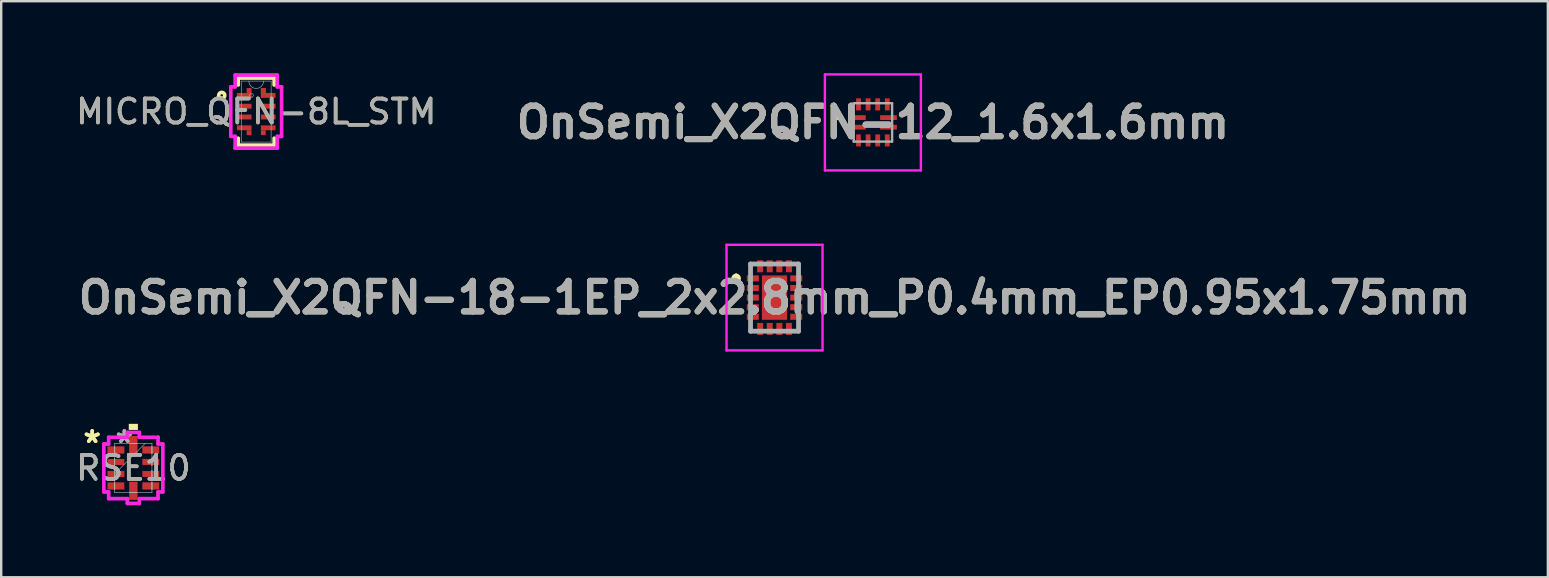
<source format=kicad_pcb>
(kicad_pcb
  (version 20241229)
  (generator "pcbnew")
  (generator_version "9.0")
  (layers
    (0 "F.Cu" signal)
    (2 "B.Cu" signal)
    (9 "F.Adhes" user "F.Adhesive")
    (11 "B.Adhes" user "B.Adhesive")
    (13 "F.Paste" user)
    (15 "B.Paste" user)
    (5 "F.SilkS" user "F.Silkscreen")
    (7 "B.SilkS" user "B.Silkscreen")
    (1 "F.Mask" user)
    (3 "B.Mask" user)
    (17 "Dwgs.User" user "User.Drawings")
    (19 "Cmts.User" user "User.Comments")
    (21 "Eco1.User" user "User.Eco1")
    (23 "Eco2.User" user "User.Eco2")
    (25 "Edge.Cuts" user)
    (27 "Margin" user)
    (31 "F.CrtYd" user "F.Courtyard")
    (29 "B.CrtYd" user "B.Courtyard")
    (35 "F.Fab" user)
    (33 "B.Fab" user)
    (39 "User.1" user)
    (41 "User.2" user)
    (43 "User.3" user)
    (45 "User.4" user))
  (footprint "OnSemi_X2QFN-18-1EP_2x2.8mm_P0.4mm_EP0.95x1.75mm"
    (layer "F.Cu")
    (at 29.222 9.35)
    (property "Reference" "OnSemi_X2QFN-18-1EP_2x2.8mm_P0.4mm_EP0.95x1.75mm" (at 0 0 0) (layer "F.SilkS") (effects (font (size 1.27 1.27) (thickness 0.254))))
    (attr smd)
    (fp_line (start -1.6 -0.9) (end -1.6 -0.9) (stroke (width 0.2) (type solid)) (layer "F.SilkS"))
    (fp_line (start -1.6 -0.7) (end -1.6 -0.7) (stroke (width 0.2) (type solid)) (layer "F.SilkS"))
    (fp_arc (start -1.6 -0.9) (mid -1.5 -0.8) (end -1.6 -0.7) (stroke (width 0.2) (type solid)) (layer "F.SilkS"))
    (fp_arc (start -1.6 -0.7) (mid -1.7 -0.8) (end -1.6 -0.9) (stroke (width 0.2) (type solid)) (layer "F.SilkS"))
    (fp_line (start -2 -2.2) (end 2 -2.2) (stroke (width 0.1) (type solid)) (layer "F.CrtYd"))
    (fp_line (start -2 2.2) (end -2 -2.2) (stroke (width 0.1) (type solid)) (layer "F.CrtYd"))
    (fp_line (start 2 -2.2) (end 2 2.2) (stroke (width 0.1) (type solid)) (layer "F.CrtYd"))
    (fp_line (start 2 2.2) (end -2 2.2) (stroke (width 0.1) (type solid)) (layer "F.CrtYd"))
    (fp_line (start -1 -1.4) (end 1 -1.4) (stroke (width 0.2) (type solid)) (layer "F.Fab"))
    (fp_line (start -1 1.4) (end -1 -1.4) (stroke (width 0.2) (type solid)) (layer "F.Fab"))
    (fp_line (start 1 -1.4) (end 1 1.4) (stroke (width 0.2) (type solid)) (layer "F.Fab"))
    (fp_line (start 1 1.4) (end -1 1.4) (stroke (width 0.2) (type solid)) (layer "F.Fab"))
    (fp_text user "${REFERENCE}" (at 0 0 0) (layer "F.Fab") (effects (font (size 1.27 1.27) (thickness 0.254))))
    (pad "1" smd rect (at -0.905 -0.8 90) (size 0.25 0.5) (layers "F.Cu" "F.Mask" "F.Paste"))
    (pad "2" smd rect (at -0.905 -0.4 90) (size 0.25 0.5) (layers "F.Cu" "F.Mask" "F.Paste"))
    (pad "3" smd rect (at -0.905 0 90) (size 0.25 0.5) (layers "F.Cu" "F.Mask" "F.Paste"))
    (pad "4" smd rect (at -0.905 0.4 90) (size 0.25 0.5) (layers "F.Cu" "F.Mask" "F.Paste"))
    (pad "5" smd rect (at -0.905 0.8 90) (size 0.25 0.5) (layers "F.Cu" "F.Mask" "F.Paste"))
    (pad "6" smd rect (at -0.6 1.305) (size 0.25 0.5) (layers "F.Cu" "F.Mask" "F.Paste"))
    (pad "7" smd rect (at -0.2 1.305) (size 0.25 0.5) (layers "F.Cu" "F.Mask" "F.Paste"))
    (pad "8" smd rect (at 0.2 1.305) (size 0.25 0.5) (layers "F.Cu" "F.Mask" "F.Paste"))
    (pad "9" smd rect (at 0.6 1.305) (size 0.25 0.5) (layers "F.Cu" "F.Mask" "F.Paste"))
    (pad "10" smd rect (at 0.905 0.8 90) (size 0.25 0.5) (layers "F.Cu" "F.Mask" "F.Paste"))
    (pad "11" smd rect (at 0.905 0.4 90) (size 0.25 0.5) (layers "F.Cu" "F.Mask" "F.Paste"))
    (pad "12" smd rect (at 0.905 0 90) (size 0.25 0.5) (layers "F.Cu" "F.Mask" "F.Paste"))
    (pad "13" smd rect (at 0.905 -0.4 90) (size 0.25 0.5) (layers "F.Cu" "F.Mask" "F.Paste"))
    (pad "14" smd rect (at 0.905 -0.8 90) (size 0.25 0.5) (layers "F.Cu" "F.Mask" "F.Paste"))
    (pad "15" smd rect (at 0.6 -1.305) (size 0.25 0.5) (layers "F.Cu" "F.Mask" "F.Paste"))
    (pad "16" smd rect (at 0.2 -1.305) (size 0.25 0.5) (layers "F.Cu" "F.Mask" "F.Paste"))
    (pad "17" smd rect (at -0.2 -1.305) (size 0.25 0.5) (layers "F.Cu" "F.Mask" "F.Paste"))
    (pad "18" smd rect (at -0.6 -1.305) (size 0.25 0.5) (layers "F.Cu" "F.Mask" "F.Paste"))
    (pad "19" smd rect (at 0 0) (size 1.05 1.85) (layers "F.Cu" "F.Mask" "F.Paste")))
  (footprint "MICRO_QFN-8L_STM"
    (layer "F.Cu")
    (at 7.625 1.6)
    (property "Reference" "MICRO_QFN-8L_STM" (at 0 0 0) (unlocked yes) (layer "F.SilkS") (effects (font (size 1 1) (thickness 0.15))))
    (attr smd)
    (fp_poly (pts (xy -0.398 -0.98) (xy -0.195 -0.98) (xy -0.195 -0.777) (xy -0.398 -0.777)) (stroke (width 0) (type solid)) (fill yes) (layer "F.Cu"))
    (fp_poly (pts (xy -0.195 0.777) (xy -0.195 0.98) (xy -0.398 0.98) (xy -0.398 0.777)) (stroke (width 0) (type solid)) (fill yes) (layer "F.Cu"))
    (fp_poly (pts (xy 0.195 0.777) (xy 0.398 0.777) (xy 0.398 0.98) (xy 0.195 0.98)) (stroke (width 0) (type solid)) (fill yes) (layer "F.Cu"))
    (fp_poly (pts (xy 0.398 -0.98) (xy 0.398 -0.777) (xy 0.195 -0.777) (xy 0.195 -0.98)) (stroke (width 0) (type solid)) (fill yes) (layer "F.Cu"))
    (fp_poly (pts (xy 0.398 -0.98) (xy 0.398 -0.777) (xy 0.195 -0.777) (xy 0.195 -0.98)) (stroke (width 0) (type solid)) (fill yes) (layer "F.Cu"))
    (fp_poly (pts (xy -0.398 -0.98) (xy -0.195 -0.98) (xy -0.195 -0.777) (xy -0.398 -0.777)) (stroke (width 0) (type solid)) (fill yes) (layer "F.Mask"))
    (fp_poly (pts (xy -0.398 -0.98) (xy -0.195 -0.98) (xy -0.195 -0.777) (xy -0.398 -0.777)) (stroke (width 0) (type solid)) (fill yes) (layer "F.Mask"))
    (fp_poly (pts (xy -0.195 0.777) (xy -0.195 0.98) (xy -0.398 0.98) (xy -0.398 0.777)) (stroke (width 0) (type solid)) (fill yes) (layer "F.Mask"))
    (fp_poly (pts (xy -0.195 0.777) (xy -0.195 0.98) (xy -0.398 0.98) (xy -0.398 0.777)) (stroke (width 0) (type solid)) (fill yes) (layer "F.Mask"))
    (fp_poly (pts (xy 0.195 0.777) (xy 0.398 0.777) (xy 0.398 0.98) (xy 0.195 0.98)) (stroke (width 0) (type solid)) (fill yes) (layer "F.Mask"))
    (fp_poly (pts (xy 0.195 0.777) (xy 0.398 0.777) (xy 0.398 0.98) (xy 0.195 0.98)) (stroke (width 0) (type solid)) (fill yes) (layer "F.Mask"))
    (fp_poly (pts (xy 0.398 -0.98) (xy 0.398 -0.777) (xy 0.195 -0.777) (xy 0.195 -0.98)) (stroke (width 0) (type solid)) (fill yes) (layer "F.Mask"))
    (fp_poly (pts (xy 0.398 -0.98) (xy 0.398 -0.777) (xy 0.195 -0.777) (xy 0.195 -0.98)) (stroke (width 0) (type solid)) (fill yes) (layer "F.Mask"))
    (fp_line (start -0.749 -1.397) (end -0.749 -1.109) (stroke (width 0.152) (type solid)) (layer "F.SilkS"))
    (fp_line (start -0.749 1.109) (end -0.749 1.397) (stroke (width 0.152) (type solid)) (layer "F.SilkS"))
    (fp_line (start -0.749 1.397) (end 0.749 1.397) (stroke (width 0.152) (type solid)) (layer "F.SilkS"))
    (fp_line (start 0.749 -1.397) (end -0.749 -1.397) (stroke (width 0.152) (type solid)) (layer "F.SilkS"))
    (fp_line (start 0.749 -1.109) (end 0.749 -1.397) (stroke (width 0.152) (type solid)) (layer "F.SilkS"))
    (fp_line (start 0.749 1.397) (end 0.749 1.109) (stroke (width 0.152) (type solid)) (layer "F.SilkS"))
    (fp_circle (center -1.436 -0.675) (end -1.309 -0.675) (stroke (width 0.152) (type solid)) (fill no) (layer "F.SilkS"))
    (fp_poly (pts (xy -0.398 -0.98) (xy -0.195 -0.98) (xy -0.195 -0.777) (xy -0.398 -0.777)) (stroke (width 0) (type solid)) (fill yes) (layer "F.Paste"))
    (fp_poly (pts (xy -0.195 0.777) (xy -0.195 0.98) (xy -0.398 0.98) (xy -0.398 0.777)) (stroke (width 0) (type solid)) (fill yes) (layer "F.Paste"))
    (fp_poly (pts (xy 0.195 0.777) (xy 0.398 0.777) (xy 0.398 0.98) (xy 0.195 0.98)) (stroke (width 0) (type solid)) (fill yes) (layer "F.Paste"))
    (fp_poly (pts (xy 0.398 -0.98) (xy 0.398 -0.777) (xy 0.195 -0.777) (xy 0.195 -0.98)) (stroke (width 0) (type solid)) (fill yes) (layer "F.Paste"))
    (fp_line (start -1.059 -1.031) (end -0.876 -1.031) (stroke (width 0.152) (type solid)) (layer "F.CrtYd"))
    (fp_line (start -1.059 1.031) (end -1.059 -1.031) (stroke (width 0.152) (type solid)) (layer "F.CrtYd"))
    (fp_line (start -1.059 1.031) (end -0.876 1.031) (stroke (width 0.152) (type solid)) (layer "F.CrtYd"))
    (fp_line (start -0.876 -1.524) (end 0.876 -1.524) (stroke (width 0.152) (type solid)) (layer "F.CrtYd"))
    (fp_line (start -0.876 -1.031) (end -0.876 -1.524) (stroke (width 0.152) (type solid)) (layer "F.CrtYd"))
    (fp_line (start -0.876 1.524) (end -0.876 1.031) (stroke (width 0.152) (type solid)) (layer "F.CrtYd"))
    (fp_line (start 0.876 -1.524) (end 0.876 -1.031) (stroke (width 0.152) (type solid)) (layer "F.CrtYd"))
    (fp_line (start 0.876 1.031) (end 0.876 1.524) (stroke (width 0.152) (type solid)) (layer "F.CrtYd"))
    (fp_line (start 0.876 1.524) (end -0.876 1.524) (stroke (width 0.152) (type solid)) (layer "F.CrtYd"))
    (fp_line (start 1.059 -1.031) (end 0.876 -1.031) (stroke (width 0.152) (type solid)) (layer "F.CrtYd"))
    (fp_line (start 1.059 -1.031) (end 1.059 1.031) (stroke (width 0.152) (type solid)) (layer "F.CrtYd"))
    (fp_line (start 1.059 1.031) (end 0.876 1.031) (stroke (width 0.152) (type solid)) (layer "F.CrtYd"))
    (fp_line (start -0.622 -1.27) (end -0.622 1.27) (stroke (width 0.025) (type solid)) (layer "F.Fab"))
    (fp_line (start -0.622 1.27) (end 0.622 1.27) (stroke (width 0.025) (type solid)) (layer "F.Fab"))
    (fp_line (start 0.622 -1.27) (end -0.622 -1.27) (stroke (width 0.025) (type solid)) (layer "F.Fab"))
    (fp_line (start 0.622 1.27) (end 0.622 -1.27) (stroke (width 0.025) (type solid)) (layer "F.Fab"))
    (fp_arc (start 0.3048 -1.27) (mid 0 -0.9652) (end -0.3048 -1.27) (stroke (width 0.0254) (type solid)) (layer "F.Fab"))
    (fp_circle (center -0.195 -0.675) (end -0.119 -0.675) (stroke (width 0.025) (type solid)) (fill no) (layer "F.Fab"))
    (fp_text user "${REFERENCE}" (at 0 0 0) (unlocked yes) (layer "F.Fab") (effects (font (size 1 1) (thickness 0.15))))
    (pad "1" smd rect (at -0.5 -0.675) (size 0.61 0.203) (layers "F.Cu" "F.Mask" "F.Paste"))
    (pad "2" smd rect (at -0.5 -0.225) (size 0.61 0.203) (layers "F.Cu" "F.Mask" "F.Paste"))
    (pad "3" smd rect (at -0.5 0.225) (size 0.61 0.203) (layers "F.Cu" "F.Mask" "F.Paste"))
    (pad "4" smd rect (at -0.5 0.675) (size 0.61 0.203) (layers "F.Cu" "F.Mask" "F.Paste"))
    (pad "5" smd rect (at 0.5 0.675) (size 0.61 0.203) (layers "F.Cu" "F.Mask" "F.Paste"))
    (pad "6" smd rect (at 0.5 0.225) (size 0.61 0.203) (layers "F.Cu" "F.Mask" "F.Paste"))
    (pad "7" smd rect (at 0.5 -0.225) (size 0.61 0.203) (layers "F.Cu" "F.Mask" "F.Paste"))
    (pad "8" smd rect (at 0.5 -0.675) (size 0.61 0.203) (layers "F.Cu" "F.Mask" "F.Paste")))
  (footprint "RSE10"
    (layer "F.Cu")
    (at 2.506 16.448)
    (property "Reference" "RSE10" (at 0 0 0) (unlocked yes) (layer "F.SilkS") (effects (font (size 1 1) (thickness 0.15))))
    (attr smd)
    (fp_poly (pts (xy -0.191 -1.584) (xy -0.191 -1.838) (xy 0.191 -1.838) (xy 0.191 -1.584)) (stroke (width 0) (type solid)) (fill yes) (layer "F.SilkS"))
    (fp_line (start -1.229 -1) (end -1.029 -1) (stroke (width 0.152) (type solid)) (layer "F.CrtYd"))
    (fp_line (start -1.229 1) (end -1.229 -1) (stroke (width 0.152) (type solid)) (layer "F.CrtYd"))
    (fp_line (start -1.029 -1.279) (end -0.25 -1.279) (stroke (width 0.152) (type solid)) (layer "F.CrtYd"))
    (fp_line (start -1.029 -1) (end -1.029 -1.279) (stroke (width 0.152) (type solid)) (layer "F.CrtYd"))
    (fp_line (start -1.029 1) (end -1.229 1) (stroke (width 0.152) (type solid)) (layer "F.CrtYd"))
    (fp_line (start -1.029 1.279) (end -1.029 1) (stroke (width 0.152) (type solid)) (layer "F.CrtYd"))
    (fp_line (start -0.25 -1.479) (end 0.25 -1.479) (stroke (width 0.152) (type solid)) (layer "F.CrtYd"))
    (fp_line (start -0.25 -1.279) (end -0.25 -1.479) (stroke (width 0.152) (type solid)) (layer "F.CrtYd"))
    (fp_line (start -0.25 1.279) (end -1.029 1.279) (stroke (width 0.152) (type solid)) (layer "F.CrtYd"))
    (fp_line (start -0.25 1.479) (end -0.25 1.279) (stroke (width 0.152) (type solid)) (layer "F.CrtYd"))
    (fp_line (start 0.25 -1.479) (end 0.25 -1.279) (stroke (width 0.152) (type solid)) (layer "F.CrtYd"))
    (fp_line (start 0.25 -1.279) (end 1.029 -1.279) (stroke (width 0.152) (type solid)) (layer "F.CrtYd"))
    (fp_line (start 0.25 1.279) (end 0.25 1.479) (stroke (width 0.152) (type solid)) (layer "F.CrtYd"))
    (fp_line (start 0.25 1.479) (end -0.25 1.479) (stroke (width 0.152) (type solid)) (layer "F.CrtYd"))
    (fp_line (start 1.029 -1.279) (end 1.029 -1) (stroke (width 0.152) (type solid)) (layer "F.CrtYd"))
    (fp_line (start 1.029 -1) (end 1.229 -1) (stroke (width 0.152) (type solid)) (layer "F.CrtYd"))
    (fp_line (start 1.029 1) (end 1.029 1.279) (stroke (width 0.152) (type solid)) (layer "F.CrtYd"))
    (fp_line (start 1.029 1.279) (end 0.25 1.279) (stroke (width 0.152) (type solid)) (layer "F.CrtYd"))
    (fp_line (start 1.229 -1) (end 1.229 1) (stroke (width 0.152) (type solid)) (layer "F.CrtYd"))
    (fp_line (start 1.229 1) (end 1.029 1) (stroke (width 0.152) (type solid)) (layer "F.CrtYd"))
    (fp_line (start -0.775 -1.025) (end -0.775 -1.025) (stroke (width 0.025) (type solid)) (layer "F.Fab"))
    (fp_line (start -0.775 -1.025) (end -0.775 1.025) (stroke (width 0.025) (type solid)) (layer "F.Fab"))
    (fp_line (start -0.775 -0.9) (end -0.775 -0.9) (stroke (width 0.025) (type solid)) (layer "F.Fab"))
    (fp_line (start -0.775 -0.9) (end -0.775 -0.6) (stroke (width 0.025) (type solid)) (layer "F.Fab"))
    (fp_line (start -0.775 -0.6) (end -0.775 -0.9) (stroke (width 0.025) (type solid)) (layer "F.Fab"))
    (fp_line (start -0.775 -0.6) (end -0.775 -0.6) (stroke (width 0.025) (type solid)) (layer "F.Fab"))
    (fp_line (start -0.775 -0.4) (end -0.775 -0.4) (stroke (width 0.025) (type solid)) (layer "F.Fab"))
    (fp_line (start -0.775 -0.4) (end -0.775 -0.1) (stroke (width 0.025) (type solid)) (layer "F.Fab"))
    (fp_line (start -0.775 -0.1) (end -0.775 -0.4) (stroke (width 0.025) (type solid)) (layer "F.Fab"))
    (fp_line (start -0.775 -0.1) (end -0.775 -0.1) (stroke (width 0.025) (type solid)) (layer "F.Fab"))
    (fp_line (start -0.775 0.1) (end -0.775 0.1) (stroke (width 0.025) (type solid)) (layer "F.Fab"))
    (fp_line (start -0.775 0.1) (end -0.775 0.4) (stroke (width 0.025) (type solid)) (layer "F.Fab"))
    (fp_line (start -0.775 0.245) (end 0.495 -1.025) (stroke (width 0.025) (type solid)) (layer "F.Fab"))
    (fp_line (start -0.775 0.4) (end -0.775 0.1) (stroke (width 0.025) (type solid)) (layer "F.Fab"))
    (fp_line (start -0.775 0.4) (end -0.775 0.4) (stroke (width 0.025) (type solid)) (layer "F.Fab"))
    (fp_line (start -0.775 0.6) (end -0.775 0.6) (stroke (width 0.025) (type solid)) (layer "F.Fab"))
    (fp_line (start -0.775 0.6) (end -0.775 0.9) (stroke (width 0.025) (type solid)) (layer "F.Fab"))
    (fp_line (start -0.775 0.9) (end -0.775 0.6) (stroke (width 0.025) (type solid)) (layer "F.Fab"))
    (fp_line (start -0.775 0.9) (end -0.775 0.9) (stroke (width 0.025) (type solid)) (layer "F.Fab"))
    (fp_line (start -0.775 1.025) (end -0.775 1.025) (stroke (width 0.025) (type solid)) (layer "F.Fab"))
    (fp_line (start -0.775 1.025) (end 0.775 1.025) (stroke (width 0.025) (type solid)) (layer "F.Fab"))
    (fp_line (start -0.15 -1.025) (end -0.15 -1.025) (stroke (width 0.025) (type solid)) (layer "F.Fab"))
    (fp_line (start -0.15 -1.025) (end 0.15 -1.025) (stroke (width 0.025) (type solid)) (layer "F.Fab"))
    (fp_line (start -0.15 1.025) (end -0.15 1.025) (stroke (width 0.025) (type solid)) (layer "F.Fab"))
    (fp_line (start -0.15 1.025) (end 0.15 1.025) (stroke (width 0.025) (type solid)) (layer "F.Fab"))
    (fp_line (start 0.15 -1.025) (end -0.15 -1.025) (stroke (width 0.025) (type solid)) (layer "F.Fab"))
    (fp_line (start 0.15 -1.025) (end 0.15 -1.025) (stroke (width 0.025) (type solid)) (layer "F.Fab"))
    (fp_line (start 0.15 1.025) (end -0.15 1.025) (stroke (width 0.025) (type solid)) (layer "F.Fab"))
    (fp_line (start 0.15 1.025) (end 0.15 1.025) (stroke (width 0.025) (type solid)) (layer "F.Fab"))
    (fp_line (start 0.775 -1.025) (end -0.775 -1.025) (stroke (width 0.025) (type solid)) (layer "F.Fab"))
    (fp_line (start 0.775 -1.025) (end 0.775 -1.025) (stroke (width 0.025) (type solid)) (layer "F.Fab"))
    (fp_line (start 0.775 -0.9) (end 0.775 -0.9) (stroke (width 0.025) (type solid)) (layer "F.Fab"))
    (fp_line (start 0.775 -0.9) (end 0.775 -0.6) (stroke (width 0.025) (type solid)) (layer "F.Fab"))
    (fp_line (start 0.775 -0.6) (end 0.775 -0.9) (stroke (width 0.025) (type solid)) (layer "F.Fab"))
    (fp_line (start 0.775 -0.6) (end 0.775 -0.6) (stroke (width 0.025) (type solid)) (layer "F.Fab"))
    (fp_line (start 0.775 -0.4) (end 0.775 -0.4) (stroke (width 0.025) (type solid)) (layer "F.Fab"))
    (fp_line (start 0.775 -0.4) (end 0.775 -0.1) (stroke (width 0.025) (type solid)) (layer "F.Fab"))
    (fp_line (start 0.775 -0.1) (end 0.775 -0.4) (stroke (width 0.025) (type solid)) (layer "F.Fab"))
    (fp_line (start 0.775 -0.1) (end 0.775 -0.1) (stroke (width 0.025) (type solid)) (layer "F.Fab"))
    (fp_line (start 0.775 0.1) (end 0.775 0.1) (stroke (width 0.025) (type solid)) (layer "F.Fab"))
    (fp_line (start 0.775 0.1) (end 0.775 0.4) (stroke (width 0.025) (type solid)) (layer "F.Fab"))
    (fp_line (start 0.775 0.4) (end 0.775 0.1) (stroke (width 0.025) (type solid)) (layer "F.Fab"))
    (fp_line (start 0.775 0.4) (end 0.775 0.4) (stroke (width 0.025) (type solid)) (layer "F.Fab"))
    (fp_line (start 0.775 0.6) (end 0.775 0.6) (stroke (width 0.025) (type solid)) (layer "F.Fab"))
    (fp_line (start 0.775 0.6) (end 0.775 0.9) (stroke (width 0.025) (type solid)) (layer "F.Fab"))
    (fp_line (start 0.775 0.9) (end 0.775 0.6) (stroke (width 0.025) (type solid)) (layer "F.Fab"))
    (fp_line (start 0.775 0.9) (end 0.775 0.9) (stroke (width 0.025) (type solid)) (layer "F.Fab"))
    (fp_line (start 0.775 1.025) (end 0.775 -1.025) (stroke (width 0.025) (type solid)) (layer "F.Fab"))
    (fp_line (start 0.775 1.025) (end 0.775 1.025) (stroke (width 0.025) (type solid)) (layer "F.Fab"))
    (fp_text user "*" (at -1.715 -1 0) (layer "F.SilkS") (effects (font (size 1 1) (thickness 0.15))))
    (fp_text user "*" (at -1.715 -1 0) (unlocked yes) (layer "F.SilkS") (effects (font (size 1 1) (thickness 0.15))))
    (fp_text user "${REFERENCE}" (at 0 0 0) (unlocked yes) (layer "F.Fab") (effects (font (size 1 1) (thickness 0.15))))
    (fp_text user "*" (at -0.375 -1 0) (layer "F.Fab") (effects (font (size 1 1) (thickness 0.15))))
    (fp_text user "*" (at -0.375 -1 0) (unlocked yes) (layer "F.Fab") (effects (font (size 1 1) (thickness 0.15))))
    (pad "1" smd rect (at -0.727 -0.75 90) (size 0.3 0.705) (layers "F.Cu" "F.Mask" "F.Paste"))
    (pad "2" smd rect (at -0.727 -0.25 90) (size 0.25 0.705) (layers "F.Cu" "F.Mask" "F.Paste"))
    (pad "3" smd rect (at -0.727 0.25 90) (size 0.25 0.705) (layers "F.Cu" "F.Mask" "F.Paste"))
    (pad "4" smd rect (at -0.727 0.75 90) (size 0.3 0.705) (layers "F.Cu" "F.Mask" "F.Paste"))
    (pad "5" smd rect (at 0 0.952) (size 0.35 0.755) (layers "F.Cu" "F.Mask" "F.Paste"))
    (pad "6" smd rect (at 0.727 0.75 90) (size 0.3 0.705) (layers "F.Cu" "F.Mask" "F.Paste"))
    (pad "7" smd rect (at 0.727 0.25 90) (size 0.25 0.705) (layers "F.Cu" "F.Mask" "F.Paste"))
    (pad "8" smd rect (at 0.727 -0.25 90) (size 0.25 0.705) (layers "F.Cu" "F.Mask" "F.Paste"))
    (pad "9" smd rect (at 0.727 -0.75 90) (size 0.3 0.705) (layers "F.Cu" "F.Mask" "F.Paste"))
    (pad "10" smd rect (at 0 -0.952) (size 0.35 0.755) (layers "F.Cu" "F.Mask" "F.Paste")))
  (footprint "OnSemi_X2QFN-12_1.6x1.6mm"
    (layer "F.Cu")
    (at 33.321 2.05)
    (property "Reference" "OnSemi_X2QFN-12_1.6x1.6mm" (at 0 0 0) (layer "F.SilkS") (effects (font (size 1.27 1.27) (thickness 0.254))))
    (attr smd)
    (fp_line (start -1.5 -0.2) (end -1.5 -0.2) (stroke (width 0.1) (type solid)) (layer "F.SilkS"))
    (fp_line (start -1.4 -0.2) (end -1.4 -0.2) (stroke (width 0.1) (type solid)) (layer "F.SilkS"))
    (fp_arc (start -1.5 -0.2) (mid -1.45 -0.25) (end -1.4 -0.2) (stroke (width 0.1) (type solid)) (layer "F.SilkS"))
    (fp_arc (start -1.4 -0.2) (mid -1.45 -0.15) (end -1.5 -0.2) (stroke (width 0.1) (type solid)) (layer "F.SilkS"))
    (fp_line (start -2 -2) (end 2 -2) (stroke (width 0.1) (type solid)) (layer "F.CrtYd"))
    (fp_line (start -2 2) (end -2 -2) (stroke (width 0.1) (type solid)) (layer "F.CrtYd"))
    (fp_line (start 2 -2) (end 2 2) (stroke (width 0.1) (type solid)) (layer "F.CrtYd"))
    (fp_line (start 2 2) (end -2 2) (stroke (width 0.1) (type solid)) (layer "F.CrtYd"))
    (fp_line (start -0.8 -0.8) (end 0.8 -0.8) (stroke (width 0.1) (type solid)) (layer "F.Fab"))
    (fp_line (start -0.8 0.8) (end -0.8 -0.8) (stroke (width 0.1) (type solid)) (layer "F.Fab"))
    (fp_line (start 0.8 -0.8) (end 0.8 0.8) (stroke (width 0.1) (type solid)) (layer "F.Fab"))
    (fp_line (start 0.8 0.8) (end -0.8 0.8) (stroke (width 0.1) (type solid)) (layer "F.Fab"))
    (fp_text user "${REFERENCE}" (at 0 0 0) (layer "F.Fab") (effects (font (size 1.27 1.27) (thickness 0.254))))
    (pad "1" smd rect (at -0.65 -0.2 90) (size 0.2 0.7) (layers "F.Cu" "F.Mask" "F.Paste"))
    (pad "2" smd rect (at -0.65 0.2 90) (size 0.2 0.7) (layers "F.Cu" "F.Mask" "F.Paste"))
    (pad "3" smd rect (at -0.6 0.75) (size 0.2 0.5) (layers "F.Cu" "F.Mask" "F.Paste"))
    (pad "4" smd rect (at -0.2 0.75) (size 0.2 0.5) (layers "F.Cu" "F.Mask" "F.Paste"))
    (pad "5" smd rect (at 0.2 0.75) (size 0.2 0.5) (layers "F.Cu" "F.Mask" "F.Paste"))
    (pad "6" smd rect (at 0.6 0.75) (size 0.2 0.5) (layers "F.Cu" "F.Mask" "F.Paste"))
    (pad "7" smd rect (at 0.65 0.2 90) (size 0.2 0.7) (layers "F.Cu" "F.Mask" "F.Paste"))
    (pad "8" smd rect (at 0.65 -0.2 90) (size 0.2 0.7) (layers "F.Cu" "F.Mask" "F.Paste"))
    (pad "9" smd rect (at 0.6 -0.75) (size 0.2 0.5) (layers "F.Cu" "F.Mask" "F.Paste"))
    (pad "10" smd rect (at 0.2 -0.75) (size 0.2 0.5) (layers "F.Cu" "F.Mask" "F.Paste"))
    (pad "11" smd rect (at -0.2 -0.75) (size 0.2 0.5) (layers "F.Cu" "F.Mask" "F.Paste"))
    (pad "12" smd rect (at -0.6 -0.75) (size 0.2 0.5) (layers "F.Cu" "F.Mask" "F.Paste")))
  (gr_rect
    (start -3 -3)
    (end 61.444 21.003)
    (stroke (width 0.1) (type default))
    (fill no)
    (layer "Edge.Cuts")))
</source>
